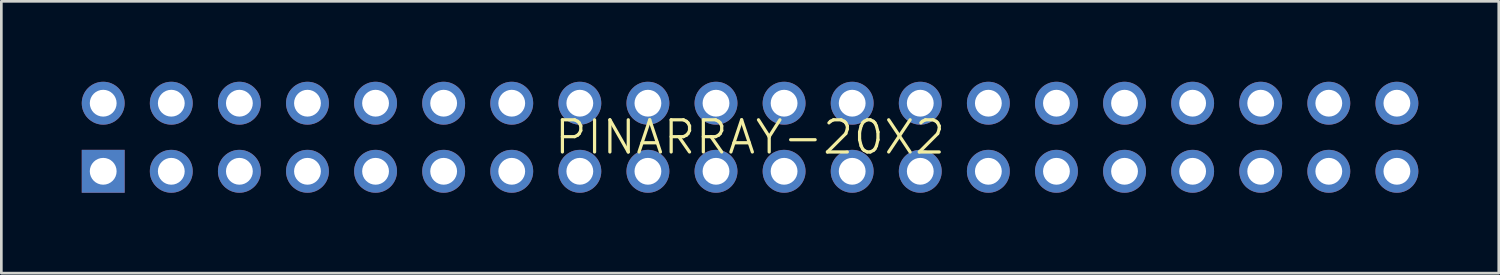
<source format=kicad_pcb>
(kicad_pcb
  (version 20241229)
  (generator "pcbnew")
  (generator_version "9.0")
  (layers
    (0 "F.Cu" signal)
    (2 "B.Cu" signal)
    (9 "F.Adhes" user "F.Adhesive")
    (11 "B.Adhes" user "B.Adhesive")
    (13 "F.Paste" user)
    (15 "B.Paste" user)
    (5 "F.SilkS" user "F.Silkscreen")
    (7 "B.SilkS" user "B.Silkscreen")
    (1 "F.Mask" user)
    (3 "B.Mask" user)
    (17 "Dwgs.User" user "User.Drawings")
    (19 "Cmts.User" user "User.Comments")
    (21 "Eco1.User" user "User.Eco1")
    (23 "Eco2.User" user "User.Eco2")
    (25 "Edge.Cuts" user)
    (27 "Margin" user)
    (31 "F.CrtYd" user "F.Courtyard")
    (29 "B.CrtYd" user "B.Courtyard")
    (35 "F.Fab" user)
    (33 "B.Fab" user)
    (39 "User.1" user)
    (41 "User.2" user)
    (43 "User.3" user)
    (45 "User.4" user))
  (footprint "PINARRAY-20X2"
    (layer "F.Cu")
    (at 24.93 2.07)
    (property "Reference" "PINARRAY-20X2" (at 0 0 0) (layer "F.SilkS") (effects (font (size 1.2 1.2) (thickness 0.12))))
    (attr through_hole)
    (pad "1" thru_hole rect (at -24.13 1.27) (size 1.6 1.6) (drill 1) (layers "*.Cu" "*.Mask"))
    (pad "2" thru_hole circle (at -24.13 -1.27) (size 1.6 1.6) (drill 1) (layers "*.Cu" "*.Mask"))
    (pad "3" thru_hole circle (at -21.59 1.27) (size 1.6 1.6) (drill 1) (layers "*.Cu" "*.Mask"))
    (pad "4" thru_hole circle (at -21.59 -1.27) (size 1.6 1.6) (drill 1) (layers "*.Cu" "*.Mask"))
    (pad "5" thru_hole circle (at -19.05 1.27) (size 1.6 1.6) (drill 1) (layers "*.Cu" "*.Mask"))
    (pad "6" thru_hole circle (at -19.05 -1.27) (size 1.6 1.6) (drill 1) (layers "*.Cu" "*.Mask"))
    (pad "7" thru_hole circle (at -16.51 1.27) (size 1.6 1.6) (drill 1) (layers "*.Cu" "*.Mask"))
    (pad "8" thru_hole circle (at -16.51 -1.27) (size 1.6 1.6) (drill 1) (layers "*.Cu" "*.Mask"))
    (pad "9" thru_hole circle (at -13.97 1.27) (size 1.6 1.6) (drill 1) (layers "*.Cu" "*.Mask"))
    (pad "10" thru_hole circle (at -13.97 -1.27) (size 1.6 1.6) (drill 1) (layers "*.Cu" "*.Mask"))
    (pad "11" thru_hole circle (at -11.43 1.27) (size 1.6 1.6) (drill 1) (layers "*.Cu" "*.Mask"))
    (pad "12" thru_hole circle (at -11.43 -1.27) (size 1.6 1.6) (drill 1) (layers "*.Cu" "*.Mask"))
    (pad "13" thru_hole circle (at -8.89 1.27) (size 1.6 1.6) (drill 1) (layers "*.Cu" "*.Mask"))
    (pad "14" thru_hole circle (at -8.89 -1.27) (size 1.6 1.6) (drill 1) (layers "*.Cu" "*.Mask"))
    (pad "15" thru_hole circle (at -6.35 1.27) (size 1.6 1.6) (drill 1) (layers "*.Cu" "*.Mask"))
    (pad "16" thru_hole circle (at -6.35 -1.27) (size 1.6 1.6) (drill 1) (layers "*.Cu" "*.Mask"))
    (pad "17" thru_hole circle (at -3.81 1.27) (size 1.6 1.6) (drill 1) (layers "*.Cu" "*.Mask"))
    (pad "18" thru_hole circle (at -3.81 -1.27) (size 1.6 1.6) (drill 1) (layers "*.Cu" "*.Mask"))
    (pad "19" thru_hole circle (at -1.27 1.27) (size 1.6 1.6) (drill 1) (layers "*.Cu" "*.Mask"))
    (pad "20" thru_hole circle (at -1.27 -1.27) (size 1.6 1.6) (drill 1) (layers "*.Cu" "*.Mask"))
    (pad "21" thru_hole circle (at 1.27 1.27) (size 1.6 1.6) (drill 1) (layers "*.Cu" "*.Mask"))
    (pad "22" thru_hole circle (at 1.27 -1.27) (size 1.6 1.6) (drill 1) (layers "*.Cu" "*.Mask"))
    (pad "23" thru_hole circle (at 3.81 1.27) (size 1.6 1.6) (drill 1) (layers "*.Cu" "*.Mask"))
    (pad "24" thru_hole circle (at 3.81 -1.27) (size 1.6 1.6) (drill 1) (layers "*.Cu" "*.Mask"))
    (pad "25" thru_hole circle (at 6.35 1.27) (size 1.6 1.6) (drill 1) (layers "*.Cu" "*.Mask"))
    (pad "26" thru_hole circle (at 6.35 -1.27) (size 1.6 1.6) (drill 1) (layers "*.Cu" "*.Mask"))
    (pad "27" thru_hole circle (at 8.89 1.27) (size 1.6 1.6) (drill 1) (layers "*.Cu" "*.Mask"))
    (pad "28" thru_hole circle (at 8.89 -1.27) (size 1.6 1.6) (drill 1) (layers "*.Cu" "*.Mask"))
    (pad "29" thru_hole circle (at 11.43 1.27) (size 1.6 1.6) (drill 1) (layers "*.Cu" "*.Mask"))
    (pad "30" thru_hole circle (at 11.43 -1.27) (size 1.6 1.6) (drill 1) (layers "*.Cu" "*.Mask"))
    (pad "31" thru_hole circle (at 13.97 1.27) (size 1.6 1.6) (drill 1) (layers "*.Cu" "*.Mask"))
    (pad "32" thru_hole circle (at 13.97 -1.27) (size 1.6 1.6) (drill 1) (layers "*.Cu" "*.Mask"))
    (pad "33" thru_hole circle (at 16.51 1.27) (size 1.6 1.6) (drill 1) (layers "*.Cu" "*.Mask"))
    (pad "34" thru_hole circle (at 16.51 -1.27) (size 1.6 1.6) (drill 1) (layers "*.Cu" "*.Mask"))
    (pad "35" thru_hole circle (at 19.05 1.27) (size 1.6 1.6) (drill 1) (layers "*.Cu" "*.Mask"))
    (pad "36" thru_hole circle (at 19.05 -1.27) (size 1.6 1.6) (drill 1) (layers "*.Cu" "*.Mask"))
    (pad "37" thru_hole circle (at 21.59 1.27) (size 1.6 1.6) (drill 1) (layers "*.Cu" "*.Mask"))
    (pad "38" thru_hole circle (at 21.59 -1.27) (size 1.6 1.6) (drill 1) (layers "*.Cu" "*.Mask"))
    (pad "39" thru_hole circle (at 24.13 1.27) (size 1.6 1.6) (drill 1) (layers "*.Cu" "*.Mask"))
    (pad "40" thru_hole circle (at 24.13 -1.27) (size 1.6 1.6) (drill 1) (layers "*.Cu" "*.Mask")))
  (gr_rect
    (start -3 -3)
    (end 52.86 7.14)
    (stroke (width 0.1) (type default))
    (fill no)
    (layer "Edge.Cuts")))
</source>
